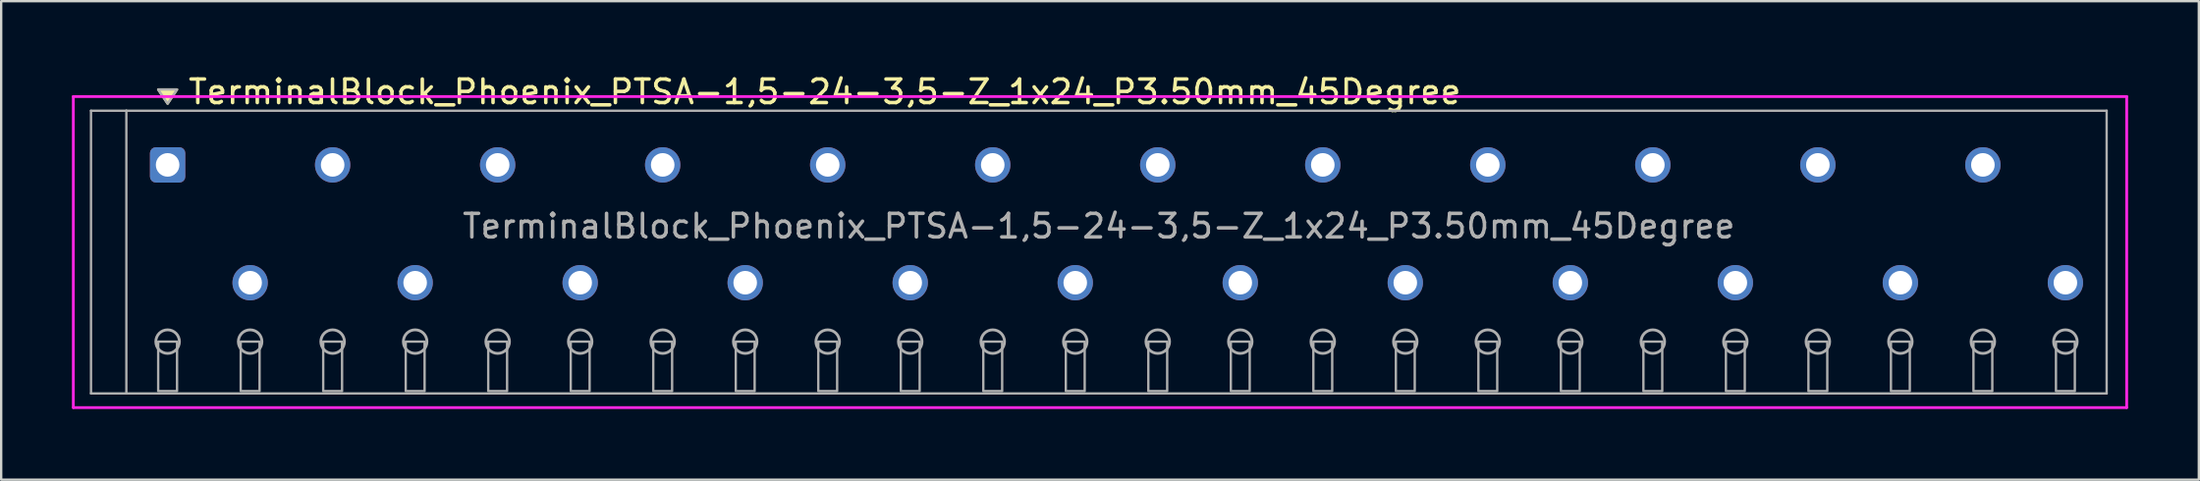
<source format=kicad_pcb>
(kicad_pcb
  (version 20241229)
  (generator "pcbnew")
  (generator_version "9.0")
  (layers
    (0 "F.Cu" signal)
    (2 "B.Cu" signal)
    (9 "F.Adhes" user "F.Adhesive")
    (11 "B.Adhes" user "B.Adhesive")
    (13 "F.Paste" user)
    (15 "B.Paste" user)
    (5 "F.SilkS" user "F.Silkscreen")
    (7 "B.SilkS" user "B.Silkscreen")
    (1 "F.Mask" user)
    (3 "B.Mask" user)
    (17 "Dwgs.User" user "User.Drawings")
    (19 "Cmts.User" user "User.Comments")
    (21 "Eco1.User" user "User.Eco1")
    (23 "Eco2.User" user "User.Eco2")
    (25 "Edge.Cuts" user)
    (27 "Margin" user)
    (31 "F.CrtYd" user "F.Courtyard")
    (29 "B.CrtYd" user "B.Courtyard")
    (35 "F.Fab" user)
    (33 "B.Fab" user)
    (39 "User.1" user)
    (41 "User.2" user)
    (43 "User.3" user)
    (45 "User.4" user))
  (footprint "TerminalBlock_Phoenix_PTSA-1,5-24-3,5-Z_1x24_P3.50mm_45Degree"
    (layer "F.Cu")
    (at 4.06 8.948)
    (property "Reference" "TerminalBlock_Phoenix_PTSA-1,5-24-3,5-Z_1x24_P3.50mm_45Degree" (at 0.8 -8.1 0) (layer "F.SilkS") (effects (font (size 1 1) (thickness 0.15)) (justify left)))
    (attr through_hole)
    (fp_poly (pts (xy 0 -7.6) (xy -0.4 -8.2) (xy 0.4 -8.2)) (stroke (width 0.1) (type solid)) (fill yes) (layer "F.SilkS"))
    (fp_line (start -4 -7.9) (end 83.1 -7.9) (stroke (width 0.12) (type solid)) (layer "F.CrtYd"))
    (fp_line (start -4 5.3) (end -4 -7.9) (stroke (width 0.12) (type solid)) (layer "F.CrtYd"))
    (fp_line (start 83.1 -7.9) (end 83.1 5.3) (stroke (width 0.12) (type solid)) (layer "F.CrtYd"))
    (fp_line (start 83.1 5.3) (end -4 5.3) (stroke (width 0.12) (type solid)) (layer "F.CrtYd"))
    (fp_line (start -3.25 -7.3) (end -1.75 -7.3) (stroke (width 0.1) (type solid)) (layer "F.Fab"))
    (fp_line (start -3.25 4.7) (end -3.25 -7.3) (stroke (width 0.1) (type solid)) (layer "F.Fab"))
    (fp_line (start -1.75 -7.3) (end -1.75 4.7) (stroke (width 0.1) (type solid)) (layer "F.Fab"))
    (fp_line (start -1.75 4.7) (end -3.25 4.7) (stroke (width 0.1) (type solid)) (layer "F.Fab"))
    (fp_line (start -1.75 4.7) (end 82.25 4.7) (stroke (width 0.1) (type solid)) (layer "F.Fab"))
    (fp_line (start 82.25 -7.3) (end -1.75 -7.3) (stroke (width 0.1) (type solid)) (layer "F.Fab"))
    (fp_line (start 82.25 4.7) (end 82.25 -7.3) (stroke (width 0.1) (type solid)) (layer "F.Fab"))
    (fp_circle (center 0 2.5) (end -0.5 2.5) (stroke (width 0.12) (type solid)) (fill no) (layer "F.Fab"))
    (fp_circle (center 3.5 2.5) (end 3 2.5) (stroke (width 0.12) (type solid)) (fill no) (layer "F.Fab"))
    (fp_circle (center 7 2.5) (end 6.5 2.5) (stroke (width 0.12) (type solid)) (fill no) (layer "F.Fab"))
    (fp_circle (center 10.5 2.5) (end 10 2.5) (stroke (width 0.12) (type solid)) (fill no) (layer "F.Fab"))
    (fp_circle (center 14 2.5) (end 13.5 2.5) (stroke (width 0.12) (type solid)) (fill no) (layer "F.Fab"))
    (fp_circle (center 17.5 2.5) (end 17 2.5) (stroke (width 0.12) (type solid)) (fill no) (layer "F.Fab"))
    (fp_circle (center 21 2.5) (end 20.5 2.5) (stroke (width 0.12) (type solid)) (fill no) (layer "F.Fab"))
    (fp_circle (center 24.5 2.5) (end 24 2.5) (stroke (width 0.12) (type solid)) (fill no) (layer "F.Fab"))
    (fp_circle (center 28 2.5) (end 27.5 2.5) (stroke (width 0.12) (type solid)) (fill no) (layer "F.Fab"))
    (fp_circle (center 31.5 2.5) (end 31 2.5) (stroke (width 0.12) (type solid)) (fill no) (layer "F.Fab"))
    (fp_circle (center 35 2.5) (end 34.5 2.5) (stroke (width 0.12) (type solid)) (fill no) (layer "F.Fab"))
    (fp_circle (center 38.5 2.5) (end 38 2.5) (stroke (width 0.12) (type solid)) (fill no) (layer "F.Fab"))
    (fp_circle (center 42 2.5) (end 41.5 2.5) (stroke (width 0.12) (type solid)) (fill no) (layer "F.Fab"))
    (fp_circle (center 45.5 2.5) (end 45 2.5) (stroke (width 0.12) (type solid)) (fill no) (layer "F.Fab"))
    (fp_circle (center 49 2.5) (end 48.5 2.5) (stroke (width 0.12) (type solid)) (fill no) (layer "F.Fab"))
    (fp_circle (center 52.5 2.5) (end 52 2.5) (stroke (width 0.12) (type solid)) (fill no) (layer "F.Fab"))
    (fp_circle (center 56 2.5) (end 55.5 2.5) (stroke (width 0.12) (type solid)) (fill no) (layer "F.Fab"))
    (fp_circle (center 59.5 2.5) (end 59 2.5) (stroke (width 0.12) (type solid)) (fill no) (layer "F.Fab"))
    (fp_circle (center 63 2.5) (end 62.5 2.5) (stroke (width 0.12) (type solid)) (fill no) (layer "F.Fab"))
    (fp_circle (center 66.5 2.5) (end 66 2.5) (stroke (width 0.12) (type solid)) (fill no) (layer "F.Fab"))
    (fp_circle (center 70 2.5) (end 69.5 2.5) (stroke (width 0.12) (type solid)) (fill no) (layer "F.Fab"))
    (fp_circle (center 73.5 2.5) (end 73 2.5) (stroke (width 0.12) (type solid)) (fill no) (layer "F.Fab"))
    (fp_circle (center 77 2.5) (end 76.5 2.5) (stroke (width 0.12) (type solid)) (fill no) (layer "F.Fab"))
    (fp_circle (center 80.5 2.5) (end 80 2.5) (stroke (width 0.12) (type solid)) (fill no) (layer "F.Fab"))
    (fp_poly (pts (xy 0 -7.6) (xy -0.4 -8.2) (xy 0.4 -8.2)) (stroke (width 0.1) (type solid)) (fill no) (layer "F.Fab"))
    (fp_poly (pts (xy -0.4 2.5) (xy -0.4 4.6) (xy 0.4 4.6) (xy 0.4 2.5)) (stroke (width 0.1) (type solid)) (fill no) (layer "F.Fab"))
    (fp_poly (pts (xy 3.1 2.5) (xy 3.1 4.6) (xy 3.9 4.6) (xy 3.9 2.5)) (stroke (width 0.1) (type solid)) (fill no) (layer "F.Fab"))
    (fp_poly (pts (xy 6.6 2.5) (xy 6.6 4.6) (xy 7.4 4.6) (xy 7.4 2.5)) (stroke (width 0.1) (type solid)) (fill no) (layer "F.Fab"))
    (fp_poly (pts (xy 10.1 2.5) (xy 10.1 4.6) (xy 10.9 4.6) (xy 10.9 2.5)) (stroke (width 0.1) (type solid)) (fill no) (layer "F.Fab"))
    (fp_poly (pts (xy 13.6 2.5) (xy 13.6 4.6) (xy 14.4 4.6) (xy 14.4 2.5)) (stroke (width 0.1) (type solid)) (fill no) (layer "F.Fab"))
    (fp_poly (pts (xy 17.1 2.5) (xy 17.1 4.6) (xy 17.9 4.6) (xy 17.9 2.5)) (stroke (width 0.1) (type solid)) (fill no) (layer "F.Fab"))
    (fp_poly (pts (xy 20.6 2.5) (xy 20.6 4.6) (xy 21.4 4.6) (xy 21.4 2.5)) (stroke (width 0.1) (type solid)) (fill no) (layer "F.Fab"))
    (fp_poly (pts (xy 24.1 2.5) (xy 24.1 4.6) (xy 24.9 4.6) (xy 24.9 2.5)) (stroke (width 0.1) (type solid)) (fill no) (layer "F.Fab"))
    (fp_poly (pts (xy 27.6 2.5) (xy 27.6 4.6) (xy 28.4 4.6) (xy 28.4 2.5)) (stroke (width 0.1) (type solid)) (fill no) (layer "F.Fab"))
    (fp_poly (pts (xy 31.1 2.5) (xy 31.1 4.6) (xy 31.9 4.6) (xy 31.9 2.5)) (stroke (width 0.1) (type solid)) (fill no) (layer "F.Fab"))
    (fp_poly (pts (xy 34.6 2.5) (xy 34.6 4.6) (xy 35.4 4.6) (xy 35.4 2.5)) (stroke (width 0.1) (type solid)) (fill no) (layer "F.Fab"))
    (fp_poly (pts (xy 38.1 2.5) (xy 38.1 4.6) (xy 38.9 4.6) (xy 38.9 2.5)) (stroke (width 0.1) (type solid)) (fill no) (layer "F.Fab"))
    (fp_poly (pts (xy 41.6 2.5) (xy 41.6 4.6) (xy 42.4 4.6) (xy 42.4 2.5)) (stroke (width 0.1) (type solid)) (fill no) (layer "F.Fab"))
    (fp_poly (pts (xy 45.1 2.5) (xy 45.1 4.6) (xy 45.9 4.6) (xy 45.9 2.5)) (stroke (width 0.1) (type solid)) (fill no) (layer "F.Fab"))
    (fp_poly (pts (xy 48.6 2.5) (xy 48.6 4.6) (xy 49.4 4.6) (xy 49.4 2.5)) (stroke (width 0.1) (type solid)) (fill no) (layer "F.Fab"))
    (fp_poly (pts (xy 52.1 2.5) (xy 52.1 4.6) (xy 52.9 4.6) (xy 52.9 2.5)) (stroke (width 0.1) (type solid)) (fill no) (layer "F.Fab"))
    (fp_poly (pts (xy 55.6 2.5) (xy 55.6 4.6) (xy 56.4 4.6) (xy 56.4 2.5)) (stroke (width 0.1) (type solid)) (fill no) (layer "F.Fab"))
    (fp_poly (pts (xy 59.1 2.5) (xy 59.1 4.6) (xy 59.9 4.6) (xy 59.9 2.5)) (stroke (width 0.1) (type solid)) (fill no) (layer "F.Fab"))
    (fp_poly (pts (xy 62.6 2.5) (xy 62.6 4.6) (xy 63.4 4.6) (xy 63.4 2.5)) (stroke (width 0.1) (type solid)) (fill no) (layer "F.Fab"))
    (fp_poly (pts (xy 66.1 2.5) (xy 66.1 4.6) (xy 66.9 4.6) (xy 66.9 2.5)) (stroke (width 0.1) (type solid)) (fill no) (layer "F.Fab"))
    (fp_poly (pts (xy 69.6 2.5) (xy 69.6 4.6) (xy 70.4 4.6) (xy 70.4 2.5)) (stroke (width 0.1) (type solid)) (fill no) (layer "F.Fab"))
    (fp_poly (pts (xy 73.1 2.5) (xy 73.1 4.6) (xy 73.9 4.6) (xy 73.9 2.5)) (stroke (width 0.1) (type solid)) (fill no) (layer "F.Fab"))
    (fp_poly (pts (xy 76.6 2.5) (xy 76.6 4.6) (xy 77.4 4.6) (xy 77.4 2.5)) (stroke (width 0.1) (type solid)) (fill no) (layer "F.Fab"))
    (fp_poly (pts (xy 80.1 2.5) (xy 80.1 4.6) (xy 80.9 4.6) (xy 80.9 2.5)) (stroke (width 0.1) (type solid)) (fill no) (layer "F.Fab"))
    (fp_text user "${REFERENCE}" (at 39.5 -2.4 0) (layer "F.Fab") (effects (font (size 1 1) (thickness 0.15))))
    (pad "1" thru_hole roundrect (at 0 -5) (size 1.5 1.5) (drill 1) (layers "*.Cu" "*.Mask") (roundrect_rratio 0.167))
    (pad "2" thru_hole oval (at 3.5 0) (size 1.5 1.5) (drill 1) (layers "*.Cu" "*.Mask"))
    (pad "3" thru_hole oval (at 7 -5) (size 1.5 1.5) (drill 1) (layers "*.Cu" "*.Mask"))
    (pad "4" thru_hole oval (at 10.5 0) (size 1.5 1.5) (drill 1) (layers "*.Cu" "*.Mask"))
    (pad "5" thru_hole oval (at 14 -5) (size 1.5 1.5) (drill 1) (layers "*.Cu" "*.Mask"))
    (pad "6" thru_hole oval (at 17.5 0) (size 1.5 1.5) (drill 1) (layers "*.Cu" "*.Mask"))
    (pad "7" thru_hole oval (at 21 -5) (size 1.5 1.5) (drill 1) (layers "*.Cu" "*.Mask"))
    (pad "8" thru_hole oval (at 24.5 0) (size 1.5 1.5) (drill 1) (layers "*.Cu" "*.Mask"))
    (pad "9" thru_hole oval (at 28 -5) (size 1.5 1.5) (drill 1) (layers "*.Cu" "*.Mask"))
    (pad "10" thru_hole oval (at 31.5 0) (size 1.5 1.5) (drill 1) (layers "*.Cu" "*.Mask"))
    (pad "11" thru_hole oval (at 35 -5) (size 1.5 1.5) (drill 1) (layers "*.Cu" "*.Mask"))
    (pad "12" thru_hole oval (at 38.5 0) (size 1.5 1.5) (drill 1) (layers "*.Cu" "*.Mask"))
    (pad "13" thru_hole oval (at 42 -5) (size 1.5 1.5) (drill 1) (layers "*.Cu" "*.Mask"))
    (pad "14" thru_hole oval (at 45.5 0) (size 1.5 1.5) (drill 1) (layers "*.Cu" "*.Mask"))
    (pad "15" thru_hole oval (at 49 -5) (size 1.5 1.5) (drill 1) (layers "*.Cu" "*.Mask"))
    (pad "16" thru_hole oval (at 52.5 0) (size 1.5 1.5) (drill 1) (layers "*.Cu" "*.Mask"))
    (pad "17" thru_hole oval (at 56 -5) (size 1.5 1.5) (drill 1) (layers "*.Cu" "*.Mask"))
    (pad "18" thru_hole oval (at 59.5 0) (size 1.5 1.5) (drill 1) (layers "*.Cu" "*.Mask"))
    (pad "19" thru_hole oval (at 63 -5) (size 1.5 1.5) (drill 1) (layers "*.Cu" "*.Mask"))
    (pad "20" thru_hole oval (at 66.5 0) (size 1.5 1.5) (drill 1) (layers "*.Cu" "*.Mask"))
    (pad "21" thru_hole oval (at 70 -5) (size 1.5 1.5) (drill 1) (layers "*.Cu" "*.Mask"))
    (pad "22" thru_hole oval (at 73.5 0) (size 1.5 1.5) (drill 1) (layers "*.Cu" "*.Mask"))
    (pad "23" thru_hole oval (at 77 -5) (size 1.5 1.5) (drill 1) (layers "*.Cu" "*.Mask"))
    (pad "24" thru_hole oval (at 80.5 0) (size 1.5 1.5) (drill 1) (layers "*.Cu" "*.Mask")))
  (gr_rect
    (start -3 -3)
    (end 90.22 17.308)
    (stroke (width 0.1) (type default))
    (fill no)
    (layer "Edge.Cuts")))
</source>
